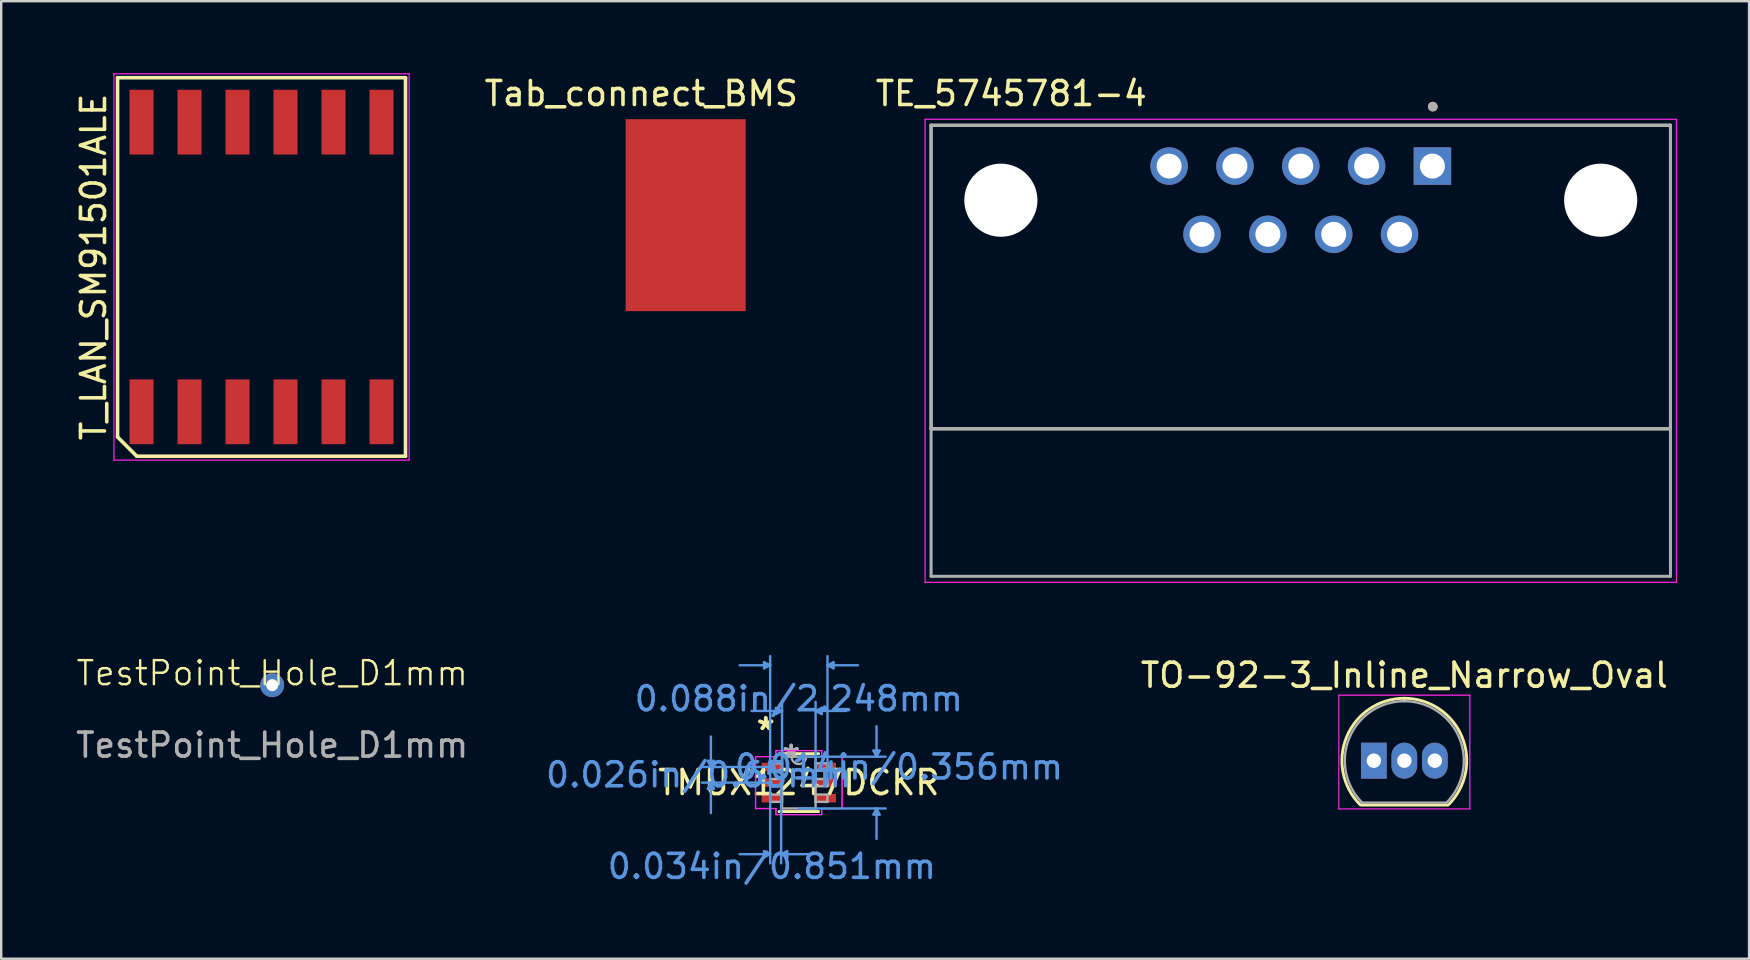
<source format=kicad_pcb>
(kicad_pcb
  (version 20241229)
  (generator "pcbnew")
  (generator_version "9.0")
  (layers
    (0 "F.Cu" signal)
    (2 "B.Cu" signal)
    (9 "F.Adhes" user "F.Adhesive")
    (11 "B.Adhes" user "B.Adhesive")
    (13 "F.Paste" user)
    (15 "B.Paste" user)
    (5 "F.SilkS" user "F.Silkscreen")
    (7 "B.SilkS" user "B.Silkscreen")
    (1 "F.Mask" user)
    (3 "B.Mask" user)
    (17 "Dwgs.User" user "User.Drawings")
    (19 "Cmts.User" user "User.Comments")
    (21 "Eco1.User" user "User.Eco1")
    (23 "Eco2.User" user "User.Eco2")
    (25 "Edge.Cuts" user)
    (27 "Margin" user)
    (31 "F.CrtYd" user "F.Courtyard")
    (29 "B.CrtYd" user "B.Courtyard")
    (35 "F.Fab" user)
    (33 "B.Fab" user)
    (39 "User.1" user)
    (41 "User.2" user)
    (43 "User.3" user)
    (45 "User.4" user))
  (footprint "Tab_connect_BMS"
    (layer "F.Cu")
    (at 25.521 5.916)
    (property "Reference" "Tab_connect_BMS" (at -1.849 -5.067 0) (layer "F.SilkS") (effects (font (size 1 1) (thickness 0.15))))
    (attr through_hole)
    (pad "1" smd rect (at 0 0) (size 5 8) (layers "F.Cu" "F.Mask" "F.Paste")))
  (footprint "TMUX1247DCKR"
    (layer "F.Cu")
    (at 30.237 29.561)
    (property "Reference" "TMUX1247DCKR" (at 0 0 0) (layer "F.SilkS") (effects (font (size 1 1) (thickness 0.15))))
    (attr through_hole)
    (fp_line (start -0.826 1.206) (end 0.826 1.206) (stroke (width 0.12) (type solid)) (layer "F.SilkS"))
    (fp_line (start 0.826 -1.206) (end -0.826 -1.206) (stroke (width 0.12) (type solid)) (layer "F.SilkS"))
    (fp_line (start -3.791 -0.904) (end -3.537 -0.904) (stroke (width 0.1) (type solid)) (layer "Cmts.User"))
    (fp_line (start -3.791 0.254) (end -3.537 0.254) (stroke (width 0.1) (type solid)) (layer "Cmts.User"))
    (fp_line (start -3.664 -0.65) (end -3.791 -0.904) (stroke (width 0.1) (type solid)) (layer "Cmts.User"))
    (fp_line (start -3.664 -0.65) (end -3.664 -1.92) (stroke (width 0.1) (type solid)) (layer "Cmts.User"))
    (fp_line (start -3.664 -0.65) (end -3.537 -0.904) (stroke (width 0.1) (type solid)) (layer "Cmts.User"))
    (fp_line (start -3.664 0) (end -3.791 0.254) (stroke (width 0.1) (type solid)) (layer "Cmts.User"))
    (fp_line (start -3.664 0) (end -3.664 1.27) (stroke (width 0.1) (type solid)) (layer "Cmts.User"))
    (fp_line (start -3.664 0) (end -3.537 0.254) (stroke (width 0.1) (type solid)) (layer "Cmts.User"))
    (fp_line (start -1.448 -5.016) (end -1.448 -4.763) (stroke (width 0.1) (type solid)) (layer "Cmts.User"))
    (fp_line (start -1.448 2.857) (end -1.448 3.111) (stroke (width 0.1) (type solid)) (layer "Cmts.User"))
    (fp_line (start -1.194 -4.889) (end -2.464 -4.889) (stroke (width 0.1) (type solid)) (layer "Cmts.User"))
    (fp_line (start -1.194 -4.889) (end -1.448 -5.016) (stroke (width 0.1) (type solid)) (layer "Cmts.User"))
    (fp_line (start -1.194 -4.889) (end -1.448 -4.763) (stroke (width 0.1) (type solid)) (layer "Cmts.User"))
    (fp_line (start -1.194 0) (end -1.194 -5.271) (stroke (width 0.1) (type solid)) (layer "Cmts.User"))
    (fp_line (start -1.194 0) (end -1.194 3.365) (stroke (width 0.1) (type solid)) (layer "Cmts.User"))
    (fp_line (start -1.194 2.985) (end -2.464 2.985) (stroke (width 0.1) (type solid)) (layer "Cmts.User"))
    (fp_line (start -1.194 2.985) (end -1.448 2.857) (stroke (width 0.1) (type solid)) (layer "Cmts.User"))
    (fp_line (start -1.194 2.985) (end -1.448 3.111) (stroke (width 0.1) (type solid)) (layer "Cmts.User"))
    (fp_line (start -1.124 -0.65) (end -4.045 -0.65) (stroke (width 0.1) (type solid)) (layer "Cmts.User"))
    (fp_line (start -1.124 0) (end -4.045 0) (stroke (width 0.1) (type solid)) (layer "Cmts.User"))
    (fp_line (start -0.953 -3.111) (end -0.953 -2.857) (stroke (width 0.1) (type solid)) (layer "Cmts.User"))
    (fp_line (start -0.737 0) (end -0.737 3.365) (stroke (width 0.1) (type solid)) (layer "Cmts.User"))
    (fp_line (start -0.737 2.985) (end -0.483 2.857) (stroke (width 0.1) (type solid)) (layer "Cmts.User"))
    (fp_line (start -0.737 2.985) (end -0.483 3.111) (stroke (width 0.1) (type solid)) (layer "Cmts.User"))
    (fp_line (start -0.737 2.985) (end 0.533 2.985) (stroke (width 0.1) (type solid)) (layer "Cmts.User"))
    (fp_line (start -0.699 -2.985) (end -1.968 -2.985) (stroke (width 0.1) (type solid)) (layer "Cmts.User"))
    (fp_line (start -0.699 -2.985) (end -0.953 -3.111) (stroke (width 0.1) (type solid)) (layer "Cmts.User"))
    (fp_line (start -0.699 -2.985) (end -0.953 -2.857) (stroke (width 0.1) (type solid)) (layer "Cmts.User"))
    (fp_line (start -0.699 0) (end -0.699 -3.365) (stroke (width 0.1) (type solid)) (layer "Cmts.User"))
    (fp_line (start -0.483 2.857) (end -0.483 3.111) (stroke (width 0.1) (type solid)) (layer "Cmts.User"))
    (fp_line (start 0 -1.079) (end 3.619 -1.079) (stroke (width 0.1) (type solid)) (layer "Cmts.User"))
    (fp_line (start 0 1.079) (end 3.619 1.079) (stroke (width 0.1) (type solid)) (layer "Cmts.User"))
    (fp_line (start 0.699 -2.985) (end 0.953 -3.111) (stroke (width 0.1) (type solid)) (layer "Cmts.User"))
    (fp_line (start 0.699 -2.985) (end 0.953 -2.857) (stroke (width 0.1) (type solid)) (layer "Cmts.User"))
    (fp_line (start 0.699 -2.985) (end 1.968 -2.985) (stroke (width 0.1) (type solid)) (layer "Cmts.User"))
    (fp_line (start 0.699 0) (end 0.699 -3.365) (stroke (width 0.1) (type solid)) (layer "Cmts.User"))
    (fp_line (start 0.953 -3.111) (end 0.953 -2.857) (stroke (width 0.1) (type solid)) (layer "Cmts.User"))
    (fp_line (start 1.194 -4.889) (end 1.448 -5.016) (stroke (width 0.1) (type solid)) (layer "Cmts.User"))
    (fp_line (start 1.194 -4.889) (end 1.448 -4.763) (stroke (width 0.1) (type solid)) (layer "Cmts.User"))
    (fp_line (start 1.194 -4.889) (end 2.464 -4.889) (stroke (width 0.1) (type solid)) (layer "Cmts.User"))
    (fp_line (start 1.194 0) (end 1.194 -5.271) (stroke (width 0.1) (type solid)) (layer "Cmts.User"))
    (fp_line (start 1.448 -5.016) (end 1.448 -4.763) (stroke (width 0.1) (type solid)) (layer "Cmts.User"))
    (fp_line (start 3.111 -1.333) (end 3.365 -1.333) (stroke (width 0.1) (type solid)) (layer "Cmts.User"))
    (fp_line (start 3.111 1.333) (end 3.365 1.333) (stroke (width 0.1) (type solid)) (layer "Cmts.User"))
    (fp_line (start 3.239 -1.079) (end 3.111 -1.333) (stroke (width 0.1) (type solid)) (layer "Cmts.User"))
    (fp_line (start 3.239 -1.079) (end 3.239 -2.349) (stroke (width 0.1) (type solid)) (layer "Cmts.User"))
    (fp_line (start 3.239 -1.079) (end 3.365 -1.333) (stroke (width 0.1) (type solid)) (layer "Cmts.User"))
    (fp_line (start 3.239 1.079) (end 3.111 1.333) (stroke (width 0.1) (type solid)) (layer "Cmts.User"))
    (fp_line (start 3.239 1.079) (end 3.239 2.349) (stroke (width 0.1) (type solid)) (layer "Cmts.User"))
    (fp_line (start 3.239 1.079) (end 3.365 1.333) (stroke (width 0.1) (type solid)) (layer "Cmts.User"))
    (fp_line (start -1.803 -1.082) (end -0.953 -1.082) (stroke (width 0.05) (type solid)) (layer "F.CrtYd"))
    (fp_line (start -1.803 -1.082) (end -0.953 -1.082) (stroke (width 0.05) (type solid)) (layer "F.CrtYd"))
    (fp_line (start -1.803 1.082) (end -1.803 -1.082) (stroke (width 0.05) (type solid)) (layer "F.CrtYd"))
    (fp_line (start -1.803 1.082) (end -1.803 -1.082) (stroke (width 0.05) (type solid)) (layer "F.CrtYd"))
    (fp_line (start -1.803 1.082) (end -0.953 1.082) (stroke (width 0.05) (type solid)) (layer "F.CrtYd"))
    (fp_line (start -0.953 -1.333) (end 0.953 -1.333) (stroke (width 0.05) (type solid)) (layer "F.CrtYd"))
    (fp_line (start -0.953 -1.333) (end 0.953 -1.333) (stroke (width 0.05) (type solid)) (layer "F.CrtYd"))
    (fp_line (start -0.953 -1.082) (end -0.953 -1.333) (stroke (width 0.05) (type solid)) (layer "F.CrtYd"))
    (fp_line (start -0.953 -1.082) (end -0.953 -1.333) (stroke (width 0.05) (type solid)) (layer "F.CrtYd"))
    (fp_line (start -0.953 1.082) (end -1.803 1.082) (stroke (width 0.05) (type solid)) (layer "F.CrtYd"))
    (fp_line (start -0.953 1.333) (end -0.953 1.082) (stroke (width 0.05) (type solid)) (layer "F.CrtYd"))
    (fp_line (start -0.953 1.333) (end -0.953 1.082) (stroke (width 0.05) (type solid)) (layer "F.CrtYd"))
    (fp_line (start 0.953 -1.333) (end 0.953 -1.082) (stroke (width 0.05) (type solid)) (layer "F.CrtYd"))
    (fp_line (start 0.953 -1.333) (end 0.953 -1.082) (stroke (width 0.05) (type solid)) (layer "F.CrtYd"))
    (fp_line (start 0.953 -1.082) (end 1.803 -1.082) (stroke (width 0.05) (type solid)) (layer "F.CrtYd"))
    (fp_line (start 0.953 1.082) (end 0.953 1.333) (stroke (width 0.05) (type solid)) (layer "F.CrtYd"))
    (fp_line (start 0.953 1.082) (end 0.953 1.333) (stroke (width 0.05) (type solid)) (layer "F.CrtYd"))
    (fp_line (start 0.953 1.333) (end -0.953 1.333) (stroke (width 0.05) (type solid)) (layer "F.CrtYd"))
    (fp_line (start 0.953 1.333) (end -0.953 1.333) (stroke (width 0.05) (type solid)) (layer "F.CrtYd"))
    (fp_line (start 1.803 -1.082) (end 0.953 -1.082) (stroke (width 0.05) (type solid)) (layer "F.CrtYd"))
    (fp_line (start 1.803 -1.082) (end 1.803 1.082) (stroke (width 0.05) (type solid)) (layer "F.CrtYd"))
    (fp_line (start 1.803 -1.082) (end 1.803 1.082) (stroke (width 0.05) (type solid)) (layer "F.CrtYd"))
    (fp_line (start 1.803 1.082) (end 0.953 1.082) (stroke (width 0.05) (type solid)) (layer "F.CrtYd"))
    (fp_line (start 1.803 1.082) (end 0.953 1.082) (stroke (width 0.05) (type solid)) (layer "F.CrtYd"))
    (fp_line (start -1.194 -0.802) (end -1.194 -0.498) (stroke (width 0.1) (type solid)) (layer "F.Fab"))
    (fp_line (start -1.194 -0.498) (end -0.699 -0.498) (stroke (width 0.1) (type solid)) (layer "F.Fab"))
    (fp_line (start -1.194 -0.152) (end -1.194 0.152) (stroke (width 0.1) (type solid)) (layer "F.Fab"))
    (fp_line (start -1.194 0.152) (end -0.699 0.152) (stroke (width 0.1) (type solid)) (layer "F.Fab"))
    (fp_line (start -1.194 0.498) (end -1.194 0.802) (stroke (width 0.1) (type solid)) (layer "F.Fab"))
    (fp_line (start -1.194 0.802) (end -0.699 0.802) (stroke (width 0.1) (type solid)) (layer "F.Fab"))
    (fp_line (start -0.699 -1.079) (end -0.699 1.079) (stroke (width 0.1) (type solid)) (layer "F.Fab"))
    (fp_line (start -0.699 -0.802) (end -1.194 -0.802) (stroke (width 0.1) (type solid)) (layer "F.Fab"))
    (fp_line (start -0.699 -0.498) (end -0.699 -0.802) (stroke (width 0.1) (type solid)) (layer "F.Fab"))
    (fp_line (start -0.699 -0.152) (end -1.194 -0.152) (stroke (width 0.1) (type solid)) (layer "F.Fab"))
    (fp_line (start -0.699 0.152) (end -0.699 -0.152) (stroke (width 0.1) (type solid)) (layer "F.Fab"))
    (fp_line (start -0.699 0.498) (end -1.194 0.498) (stroke (width 0.1) (type solid)) (layer "F.Fab"))
    (fp_line (start -0.699 0.802) (end -0.699 0.498) (stroke (width 0.1) (type solid)) (layer "F.Fab"))
    (fp_line (start -0.699 1.079) (end 0.699 1.079) (stroke (width 0.1) (type solid)) (layer "F.Fab"))
    (fp_line (start 0.699 -1.079) (end -0.699 -1.079) (stroke (width 0.1) (type solid)) (layer "F.Fab"))
    (fp_line (start 0.699 -0.802) (end 0.699 -0.498) (stroke (width 0.1) (type solid)) (layer "F.Fab"))
    (fp_line (start 0.699 -0.498) (end 1.194 -0.498) (stroke (width 0.1) (type solid)) (layer "F.Fab"))
    (fp_line (start 0.699 -0.152) (end 0.699 0.152) (stroke (width 0.1) (type solid)) (layer "F.Fab"))
    (fp_line (start 0.699 0.152) (end 1.194 0.152) (stroke (width 0.1) (type solid)) (layer "F.Fab"))
    (fp_line (start 0.699 0.498) (end 0.699 0.802) (stroke (width 0.1) (type solid)) (layer "F.Fab"))
    (fp_line (start 0.699 0.802) (end 1.194 0.802) (stroke (width 0.1) (type solid)) (layer "F.Fab"))
    (fp_line (start 0.699 1.079) (end 0.699 -1.079) (stroke (width 0.1) (type solid)) (layer "F.Fab"))
    (fp_line (start 1.194 -0.802) (end 0.699 -0.802) (stroke (width 0.1) (type solid)) (layer "F.Fab"))
    (fp_line (start 1.194 -0.498) (end 1.194 -0.802) (stroke (width 0.1) (type solid)) (layer "F.Fab"))
    (fp_line (start 1.194 -0.152) (end 0.699 -0.152) (stroke (width 0.1) (type solid)) (layer "F.Fab"))
    (fp_line (start 1.194 0.152) (end 1.194 -0.152) (stroke (width 0.1) (type solid)) (layer "F.Fab"))
    (fp_line (start 1.194 0.498) (end 0.699 0.498) (stroke (width 0.1) (type solid)) (layer "F.Fab"))
    (fp_line (start 1.194 0.802) (end 1.194 0.498) (stroke (width 0.1) (type solid)) (layer "F.Fab"))
    (fp_arc (start 0.3048 -1.0795) (mid 0 -0.7747) (end -0.3048 -1.0795) (stroke (width 0.1) (type solid)) (layer "F.Fab"))
    (fp_text user "*" (at -1.378 -2.149 0) (layer "F.SilkS") (effects (font (size 1 1) (thickness 0.15))))
    (fp_text user "*" (at -1.378 -2.149 0) (layer "F.SilkS") (effects (font (size 1 1) (thickness 0.15))))
    (fp_text user "0.088in/2.248mm" (at 0 -3.493 0) (layer "Cmts.User") (effects (font (size 1 1) (thickness 0.15))))
    (fp_text user "Copyright 2021 Accelerated Designs. All rights reserved." (at 0 0 0) (layer "Cmts.User") (effects (font (size 0.127 0.127) (thickness 0.002))))
    (fp_text user "0.034in/0.851mm" (at -1.124 3.493 0) (layer "Cmts.User") (effects (font (size 1 1) (thickness 0.15))))
    (fp_text user "0.014in/0.356mm" (at 4.172 -0.65 0) (layer "Cmts.User") (effects (font (size 1 1) (thickness 0.15))))
    (fp_text user "0.026in/0.65mm" (at -4.172 -0.325 0) (layer "Cmts.User") (effects (font (size 1 1) (thickness 0.15))))
    (fp_text user "*" (at -0.318 -1.003 0) (layer "F.Fab") (effects (font (size 1 1) (thickness 0.15))))
    (fp_text user "*" (at -0.318 -1.003 0) (layer "F.Fab") (effects (font (size 1 1) (thickness 0.15))))
    (pad "1" smd rect (at -1.124 -0.65) (size 0.851 0.356) (layers "F.Cu" "F.Mask" "F.Paste"))
    (pad "2" smd rect (at -1.124 0) (size 0.851 0.356) (layers "F.Cu" "F.Mask" "F.Paste"))
    (pad "3" smd rect (at -1.124 0.65) (size 0.851 0.356) (layers "F.Cu" "F.Mask" "F.Paste"))
    (pad "4" smd rect (at 1.124 0.65) (size 0.851 0.356) (layers "F.Cu" "F.Mask" "F.Paste"))
    (pad "5" smd rect (at 1.124 0) (size 0.851 0.356) (layers "F.Cu" "F.Mask" "F.Paste"))
    (pad "6" smd rect (at 1.124 -0.65) (size 0.851 0.356) (layers "F.Cu" "F.Mask" "F.Paste")))
  (footprint "TestPoint_Hole_D1mm"
    (layer "F.Cu")
    (at 8.292 25.501)
    (property "Reference" "TestPoint_Hole_D1mm" (at 0 -0.5 0) (unlocked yes) (layer "F.SilkS") (effects (font (size 1 1) (thickness 0.1))))
    (attr through_hole)
    (fp_text user "${REFERENCE}" (at 0 2.5 0) (unlocked yes) (layer "F.Fab") (effects (font (size 1 1) (thickness 0.15))))
    (pad "1" thru_hole circle (at 0 0) (size 1 1) (drill 0.5) (layers "*.Cu" "*.Mask")))
  (footprint "TO-92-3_Inline_Narrow_Oval"
    (layer "F.Cu")
    (at 54.199 28.648)
    (property "Reference" "TO-92-3_Inline_Narrow_Oval" (at 1.27 -3.56 0) (layer "F.SilkS") (effects (font (size 1 1) (thickness 0.15))))
    (attr through_hole)
    (fp_line (start -0.53 1.85) (end 3.07 1.85) (stroke (width 0.12) (type solid)) (layer "F.SilkS"))
    (fp_arc (start -0.568478 1.838478) (mid -1.132087 -0.994977) (end 1.27 -2.6) (stroke (width 0.12) (type solid)) (layer "F.SilkS"))
    (fp_arc (start 1.27 -2.6) (mid 3.672087 -0.994977) (end 3.108478 1.838478) (stroke (width 0.12) (type solid)) (layer "F.SilkS"))
    (fp_line (start -1.46 -2.73) (end -1.46 2.01) (stroke (width 0.05) (type solid)) (layer "F.CrtYd"))
    (fp_line (start -1.46 -2.73) (end 4 -2.73) (stroke (width 0.05) (type solid)) (layer "F.CrtYd"))
    (fp_line (start 4 2.01) (end -1.46 2.01) (stroke (width 0.05) (type solid)) (layer "F.CrtYd"))
    (fp_line (start 4 2.01) (end 4 -2.73) (stroke (width 0.05) (type solid)) (layer "F.CrtYd"))
    (fp_line (start -0.5 1.75) (end 3 1.75) (stroke (width 0.1) (type solid)) (layer "F.Fab"))
    (fp_arc (start -0.483625 1.753625) (mid -1.021221 -0.949055) (end 1.27 -2.48) (stroke (width 0.1) (type solid)) (layer "F.Fab"))
    (fp_arc (start 1.27 -2.48) (mid 3.561221 -0.949055) (end 3.023625 1.753625) (stroke (width 0.1) (type solid)) (layer "F.Fab"))
    (pad "1" thru_hole rect (at 0 0 180) (size 1.07 1.5) (drill 0.6) (layers "*.Cu" "*.Mask"))
    (pad "2" thru_hole oval (at 1.27 0 180) (size 1.07 1.5) (drill 0.6) (layers "*.Cu" "*.Mask"))
    (pad "3" thru_hole oval (at 2.54 0 180) (size 1.07 1.5) (drill 0.6) (layers "*.Cu" "*.Mask")))
  (footprint "TE_5745781-4"
    (layer "F.Cu")
    (at 51.154 5.293)
    (property "Reference" "TE_5745781-4" (at -12.065 -4.445 0) (layer "F.SilkS") (effects (font (size 1 1) (thickness 0.15))))
    (attr through_hole)
    (fp_line (start -15.405 -3.124) (end 15.405 -3.124) (stroke (width 0.127) (type solid)) (layer "F.SilkS"))
    (fp_line (start -15.405 9.525) (end -15.405 -3.124) (stroke (width 0.127) (type solid)) (layer "F.SilkS"))
    (fp_line (start -15.405 9.525) (end 15.405 9.525) (stroke (width 0.127) (type solid)) (layer "F.SilkS"))
    (fp_line (start 15.405 -3.124) (end 15.405 9.525) (stroke (width 0.127) (type solid)) (layer "F.SilkS"))
    (fp_circle (center 5.5 -3.9) (end 5.6 -3.9) (stroke (width 0.2) (type solid)) (fill no) (layer "F.SilkS"))
    (fp_line (start -15.655 -3.374) (end 15.655 -3.374) (stroke (width 0.05) (type solid)) (layer "F.CrtYd"))
    (fp_line (start -15.655 15.922) (end -15.655 -3.374) (stroke (width 0.05) (type solid)) (layer "F.CrtYd"))
    (fp_line (start 15.655 -3.374) (end 15.655 15.922) (stroke (width 0.05) (type solid)) (layer "F.CrtYd"))
    (fp_line (start 15.655 15.922) (end -15.655 15.922) (stroke (width 0.05) (type solid)) (layer "F.CrtYd"))
    (fp_line (start -15.405 -3.124) (end 15.405 -3.124) (stroke (width 0.127) (type solid)) (layer "F.Fab"))
    (fp_line (start -15.405 9.525) (end -15.405 -3.124) (stroke (width 0.127) (type solid)) (layer "F.Fab"))
    (fp_line (start -15.405 9.525) (end -15.405 15.672) (stroke (width 0.127) (type solid)) (layer "F.Fab"))
    (fp_line (start -15.405 9.525) (end 15.405 9.525) (stroke (width 0.127) (type solid)) (layer "F.Fab"))
    (fp_line (start -15.405 15.672) (end 15.405 15.672) (stroke (width 0.127) (type solid)) (layer "F.Fab"))
    (fp_line (start 15.405 -3.124) (end 15.405 9.525) (stroke (width 0.127) (type solid)) (layer "F.Fab"))
    (fp_line (start 15.405 15.672) (end 15.405 9.525) (stroke (width 0.127) (type solid)) (layer "F.Fab"))
    (fp_circle (center 5.5 -3.9) (end 5.6 -3.9) (stroke (width 0.2) (type solid)) (fill no) (layer "F.Fab"))
    (pad "" np_thru_hole circle (at -12.497 0) (size 3.048 3.048) (drill 3.048) (layers "*.Cu" "*.Mask"))
    (pad "" np_thru_hole circle (at 12.497 0) (size 3.048 3.048) (drill 3.048) (layers "*.Cu" "*.Mask"))
    (pad "1" thru_hole rect (at 5.486 -1.422) (size 1.562 1.562) (drill 1.041) (layers "*.Cu" "*.Mask"))
    (pad "2" thru_hole circle (at 2.743 -1.422) (size 1.562 1.562) (drill 1.041) (layers "*.Cu" "*.Mask"))
    (pad "3" thru_hole circle (at 0 -1.422) (size 1.562 1.562) (drill 1.041) (layers "*.Cu" "*.Mask"))
    (pad "4" thru_hole circle (at -2.743 -1.422) (size 1.562 1.562) (drill 1.041) (layers "*.Cu" "*.Mask"))
    (pad "5" thru_hole circle (at -5.486 -1.422) (size 1.562 1.562) (drill 1.041) (layers "*.Cu" "*.Mask"))
    (pad "6" thru_hole circle (at 4.115 1.422) (size 1.562 1.562) (drill 1.041) (layers "*.Cu" "*.Mask"))
    (pad "7" thru_hole circle (at 1.372 1.422) (size 1.562 1.562) (drill 1.041) (layers "*.Cu" "*.Mask"))
    (pad "8" thru_hole circle (at -1.372 1.422) (size 1.562 1.562) (drill 1.041) (layers "*.Cu" "*.Mask"))
    (pad "9" thru_hole circle (at -4.115 1.422) (size 1.562 1.562) (drill 1.041) (layers "*.Cu" "*.Mask")))
  (footprint "T_LAN_SM91501ALE"
    (layer "F.Cu")
    (at 7.848 8.075)
    (property "Reference" "T_LAN_SM91501ALE" (at -7 0 90) (layer "F.SilkS") (effects (font (size 1 1) (thickness 0.15))))
    (attr smd)
    (fp_line (start -6 -7.885) (end 6 -7.885) (stroke (width 0.15) (type solid)) (layer "F.SilkS"))
    (fp_line (start -6 7.085) (end -6 -7.885) (stroke (width 0.15) (type solid)) (layer "F.SilkS"))
    (fp_line (start -5.2 7.885) (end -6 7.085) (stroke (width 0.15) (type solid)) (layer "F.SilkS"))
    (fp_line (start 6 -7.885) (end 6 7.885) (stroke (width 0.15) (type solid)) (layer "F.SilkS"))
    (fp_line (start 6 7.885) (end -5.2 7.885) (stroke (width 0.15) (type solid)) (layer "F.SilkS"))
    (fp_line (start -6.15 -8.05) (end 6.15 -8.05) (stroke (width 0.05) (type solid)) (layer "F.CrtYd"))
    (fp_line (start -6.15 8.05) (end -6.15 -8.05) (stroke (width 0.05) (type solid)) (layer "F.CrtYd"))
    (fp_line (start 6.15 -8.05) (end 6.15 8.05) (stroke (width 0.05) (type solid)) (layer "F.CrtYd"))
    (fp_line (start 6.15 8.05) (end -6.15 8.05) (stroke (width 0.05) (type solid)) (layer "F.CrtYd"))
    (pad "1" smd rect (at -5 6.035) (size 1 2.7) (layers "F.Cu" "F.Mask" "F.Paste"))
    (pad "2" smd rect (at -3 6.035) (size 1 2.7) (layers "F.Cu" "F.Mask" "F.Paste"))
    (pad "3" smd rect (at -1 6.035) (size 1 2.7) (layers "F.Cu" "F.Mask" "F.Paste"))
    (pad "4" smd rect (at 1 6.035) (size 1 2.7) (layers "F.Cu" "F.Mask" "F.Paste"))
    (pad "5" smd rect (at 3 6.035) (size 1 2.7) (layers "F.Cu" "F.Mask" "F.Paste"))
    (pad "6" smd rect (at 5 6.035) (size 1 2.7) (layers "F.Cu" "F.Mask" "F.Paste"))
    (pad "7" smd rect (at 5 -6.035) (size 1 2.7) (layers "F.Cu" "F.Mask" "F.Paste"))
    (pad "8" smd rect (at 3 -6.035) (size 1 2.7) (layers "F.Cu" "F.Mask" "F.Paste"))
    (pad "9" smd rect (at 1 -6.035) (size 1 2.7) (layers "F.Cu" "F.Mask" "F.Paste"))
    (pad "10" smd rect (at -1 -6.035) (size 1 2.7) (layers "F.Cu" "F.Mask" "F.Paste"))
    (pad "11" smd rect (at -3 -6.035) (size 1 2.7) (layers "F.Cu" "F.Mask" "F.Paste"))
    (pad "12" smd rect (at -5 -6.035) (size 1 2.7) (layers "F.Cu" "F.Mask" "F.Paste")))
  (gr_rect
    (start -3 -3)
    (end 69.834 36.901)
    (stroke (width 0.1) (type default))
    (fill no)
    (layer "Edge.Cuts")))
</source>
